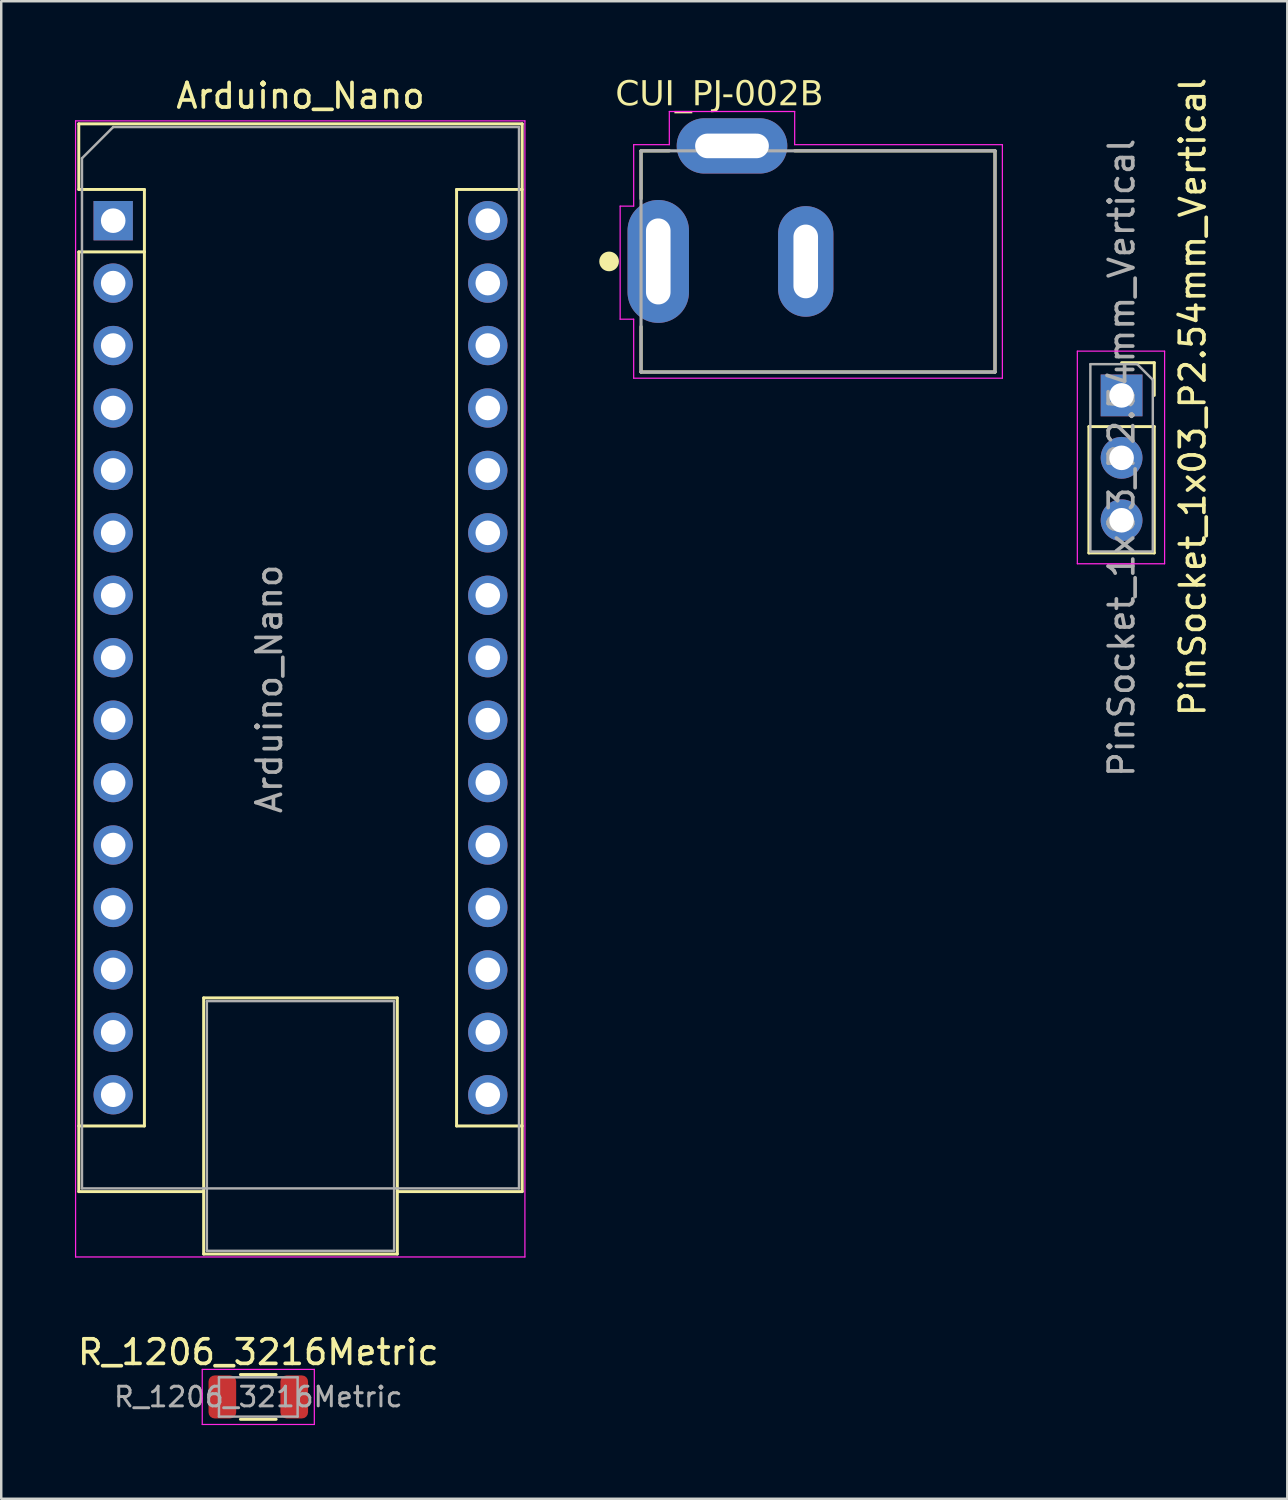
<source format=kicad_pcb>
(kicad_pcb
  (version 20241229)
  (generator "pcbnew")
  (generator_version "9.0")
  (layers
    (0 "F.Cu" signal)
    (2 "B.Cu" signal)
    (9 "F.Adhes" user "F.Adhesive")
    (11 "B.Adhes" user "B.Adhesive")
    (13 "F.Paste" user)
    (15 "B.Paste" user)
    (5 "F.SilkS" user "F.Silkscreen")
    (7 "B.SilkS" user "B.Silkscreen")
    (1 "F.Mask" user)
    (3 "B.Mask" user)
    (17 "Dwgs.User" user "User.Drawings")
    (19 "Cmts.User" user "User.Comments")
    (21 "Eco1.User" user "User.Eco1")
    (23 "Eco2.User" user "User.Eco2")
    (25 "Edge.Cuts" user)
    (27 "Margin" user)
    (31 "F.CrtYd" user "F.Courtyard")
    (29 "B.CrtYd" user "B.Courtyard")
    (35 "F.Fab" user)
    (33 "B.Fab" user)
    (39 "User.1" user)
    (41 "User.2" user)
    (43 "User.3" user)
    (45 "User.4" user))
  (footprint "PinSocket_1x03_P2.54mm_Vertical"
    (layer "F.Cu")
    (at 42.58 13.036)
    (property "Reference" "PinSocket_1x03_P2.54mm_Vertical" (at 2.893 0.065 270) (layer "F.SilkS") (effects (font (size 1 1) (thickness 0.15))))
    (attr through_hole)
    (fp_line (start -1.33 1.27) (end -1.33 6.41) (stroke (width 0.12) (type solid)) (layer "F.SilkS"))
    (fp_line (start -1.33 1.27) (end 1.33 1.27) (stroke (width 0.12) (type solid)) (layer "F.SilkS"))
    (fp_line (start -1.33 6.41) (end 1.33 6.41) (stroke (width 0.12) (type solid)) (layer "F.SilkS"))
    (fp_line (start 0 -1.33) (end 1.33 -1.33) (stroke (width 0.12) (type solid)) (layer "F.SilkS"))
    (fp_line (start 1.33 -1.33) (end 1.33 0) (stroke (width 0.12) (type solid)) (layer "F.SilkS"))
    (fp_line (start 1.33 1.27) (end 1.33 6.41) (stroke (width 0.12) (type solid)) (layer "F.SilkS"))
    (fp_line (start -1.8 -1.8) (end 1.75 -1.8) (stroke (width 0.05) (type solid)) (layer "F.CrtYd"))
    (fp_line (start -1.8 6.85) (end -1.8 -1.8) (stroke (width 0.05) (type solid)) (layer "F.CrtYd"))
    (fp_line (start 1.75 -1.8) (end 1.75 6.85) (stroke (width 0.05) (type solid)) (layer "F.CrtYd"))
    (fp_line (start 1.75 6.85) (end -1.8 6.85) (stroke (width 0.05) (type solid)) (layer "F.CrtYd"))
    (fp_line (start -1.27 -1.27) (end 0.635 -1.27) (stroke (width 0.1) (type solid)) (layer "F.Fab"))
    (fp_line (start -1.27 6.35) (end -1.27 -1.27) (stroke (width 0.1) (type solid)) (layer "F.Fab"))
    (fp_line (start 0.635 -1.27) (end 1.27 -0.635) (stroke (width 0.1) (type solid)) (layer "F.Fab"))
    (fp_line (start 1.27 -0.635) (end 1.27 6.35) (stroke (width 0.1) (type solid)) (layer "F.Fab"))
    (fp_line (start 1.27 6.35) (end -1.27 6.35) (stroke (width 0.1) (type solid)) (layer "F.Fab"))
    (fp_text user "${REFERENCE}" (at 0 2.54 270) (layer "F.Fab") (effects (font (size 1 1) (thickness 0.15))))
    (pad "1" thru_hole rect (at 0 0) (size 1.7 1.7) (drill 1) (layers "*.Cu" "*.Mask"))
    (pad "2" thru_hole oval (at 0 2.54) (size 1.7 1.7) (drill 1) (layers "*.Cu" "*.Mask"))
    (pad "3" thru_hole oval (at 0 5.08) (size 1.7 1.7) (drill 1) (layers "*.Cu" "*.Mask")))
  (footprint "R_1206_3216Metric"
    (layer "F.Cu")
    (at 7.458 53.782)
    (property "Reference" "R_1206_3216Metric" (at 0 -1.82 180) (layer "F.SilkS") (effects (font (size 1 1) (thickness 0.15))))
    (attr smd)
    (fp_line (start -0.727 -0.91) (end 0.727 -0.91) (stroke (width 0.12) (type solid)) (layer "F.SilkS"))
    (fp_line (start -0.727 0.91) (end 0.727 0.91) (stroke (width 0.12) (type solid)) (layer "F.SilkS"))
    (fp_line (start -2.28 -1.12) (end 2.28 -1.12) (stroke (width 0.05) (type solid)) (layer "F.CrtYd"))
    (fp_line (start -2.28 1.12) (end -2.28 -1.12) (stroke (width 0.05) (type solid)) (layer "F.CrtYd"))
    (fp_line (start 2.28 -1.12) (end 2.28 1.12) (stroke (width 0.05) (type solid)) (layer "F.CrtYd"))
    (fp_line (start 2.28 1.12) (end -2.28 1.12) (stroke (width 0.05) (type solid)) (layer "F.CrtYd"))
    (fp_line (start -1.6 -0.8) (end 1.6 -0.8) (stroke (width 0.1) (type solid)) (layer "F.Fab"))
    (fp_line (start -1.6 0.8) (end -1.6 -0.8) (stroke (width 0.1) (type solid)) (layer "F.Fab"))
    (fp_line (start 1.6 -0.8) (end 1.6 0.8) (stroke (width 0.1) (type solid)) (layer "F.Fab"))
    (fp_line (start 1.6 0.8) (end -1.6 0.8) (stroke (width 0.1) (type solid)) (layer "F.Fab"))
    (fp_text user "${REFERENCE}" (at 0 0 180) (layer "F.Fab") (effects (font (size 0.8 0.8) (thickness 0.12))))
    (pad "1" smd roundrect (at -1.462 0 180) (size 1.125 1.75) (layers "F.Cu" "F.Mask" "F.Paste") (roundrect_rratio 0.222))
    (pad "2" smd roundrect (at 1.462 0 180) (size 1.125 1.75) (layers "F.Cu" "F.Mask" "F.Paste") (roundrect_rratio 0.222)))
  (footprint "Arduino_Nano"
    (layer "F.Cu")
    (at 1.555 5.928)
    (property "Reference" "Arduino_Nano" (at 7.62 -5.08 180) (layer "F.SilkS") (effects (font (size 1 1) (thickness 0.15))))
    (attr through_hole)
    (fp_line (start -1.4 -3.94) (end -1.4 -1.27) (stroke (width 0.12) (type solid)) (layer "F.SilkS"))
    (fp_line (start -1.4 1.27) (end -1.4 39.5) (stroke (width 0.12) (type solid)) (layer "F.SilkS"))
    (fp_line (start -1.4 39.5) (end 3.68 39.5) (stroke (width 0.12) (type solid)) (layer "F.SilkS"))
    (fp_line (start 1.27 -1.27) (end -1.4 -1.27) (stroke (width 0.12) (type solid)) (layer "F.SilkS"))
    (fp_line (start 1.27 1.27) (end -1.4 1.27) (stroke (width 0.12) (type solid)) (layer "F.SilkS"))
    (fp_line (start 1.27 1.27) (end 1.27 -1.27) (stroke (width 0.12) (type solid)) (layer "F.SilkS"))
    (fp_line (start 1.27 1.27) (end 1.27 36.83) (stroke (width 0.12) (type solid)) (layer "F.SilkS"))
    (fp_line (start 1.27 36.83) (end -1.4 36.83) (stroke (width 0.12) (type solid)) (layer "F.SilkS"))
    (fp_line (start 3.68 31.62) (end 11.56 31.62) (stroke (width 0.12) (type solid)) (layer "F.SilkS"))
    (fp_line (start 3.68 42.04) (end 3.68 31.62) (stroke (width 0.12) (type solid)) (layer "F.SilkS"))
    (fp_line (start 11.56 31.62) (end 11.56 42.04) (stroke (width 0.12) (type solid)) (layer "F.SilkS"))
    (fp_line (start 11.56 42.04) (end 3.68 42.04) (stroke (width 0.12) (type solid)) (layer "F.SilkS"))
    (fp_line (start 13.97 -1.27) (end 13.97 36.83) (stroke (width 0.12) (type solid)) (layer "F.SilkS"))
    (fp_line (start 13.97 -1.27) (end 16.64 -1.27) (stroke (width 0.12) (type solid)) (layer "F.SilkS"))
    (fp_line (start 13.97 36.83) (end 16.64 36.83) (stroke (width 0.12) (type solid)) (layer "F.SilkS"))
    (fp_line (start 16.64 -3.94) (end -1.4 -3.94) (stroke (width 0.12) (type solid)) (layer "F.SilkS"))
    (fp_line (start 16.64 39.5) (end 11.56 39.5) (stroke (width 0.12) (type solid)) (layer "F.SilkS"))
    (fp_line (start 16.64 39.5) (end 16.64 -3.94) (stroke (width 0.12) (type solid)) (layer "F.SilkS"))
    (fp_line (start -1.53 -4.06) (end -1.53 42.16) (stroke (width 0.05) (type solid)) (layer "F.CrtYd"))
    (fp_line (start -1.53 -4.06) (end 16.75 -4.06) (stroke (width 0.05) (type solid)) (layer "F.CrtYd"))
    (fp_line (start 16.75 42.16) (end -1.53 42.16) (stroke (width 0.05) (type solid)) (layer "F.CrtYd"))
    (fp_line (start 16.75 42.16) (end 16.75 -4.06) (stroke (width 0.05) (type solid)) (layer "F.CrtYd"))
    (fp_line (start -1.27 -2.54) (end 0 -3.81) (stroke (width 0.1) (type solid)) (layer "F.Fab"))
    (fp_line (start -1.27 39.37) (end -1.27 -2.54) (stroke (width 0.1) (type solid)) (layer "F.Fab"))
    (fp_line (start 0 -3.81) (end 16.51 -3.81) (stroke (width 0.1) (type solid)) (layer "F.Fab"))
    (fp_line (start 3.81 31.75) (end 11.43 31.75) (stroke (width 0.1) (type solid)) (layer "F.Fab"))
    (fp_line (start 3.81 41.91) (end 3.81 31.75) (stroke (width 0.1) (type solid)) (layer "F.Fab"))
    (fp_line (start 11.43 31.75) (end 11.43 41.91) (stroke (width 0.1) (type solid)) (layer "F.Fab"))
    (fp_line (start 11.43 41.91) (end 3.81 41.91) (stroke (width 0.1) (type solid)) (layer "F.Fab"))
    (fp_line (start 16.51 -3.81) (end 16.51 39.37) (stroke (width 0.1) (type solid)) (layer "F.Fab"))
    (fp_line (start 16.51 39.37) (end -1.27 39.37) (stroke (width 0.1) (type solid)) (layer "F.Fab"))
    (fp_text user "${REFERENCE}" (at 6.35 19.05 270) (layer "F.Fab") (effects (font (size 1 1) (thickness 0.15))))
    (pad "1" thru_hole rect (at 0 0 180) (size 1.6 1.6) (drill 1) (layers "*.Cu" "*.Mask"))
    (pad "2" thru_hole oval (at 0 2.54 180) (size 1.6 1.6) (drill 1) (layers "*.Cu" "*.Mask"))
    (pad "3" thru_hole oval (at 0 5.08 180) (size 1.6 1.6) (drill 1) (layers "*.Cu" "*.Mask"))
    (pad "4" thru_hole oval (at 0 7.62 180) (size 1.6 1.6) (drill 1) (layers "*.Cu" "*.Mask"))
    (pad "5" thru_hole oval (at 0 10.16 180) (size 1.6 1.6) (drill 1) (layers "*.Cu" "*.Mask"))
    (pad "6" thru_hole oval (at 0 12.7 180) (size 1.6 1.6) (drill 1) (layers "*.Cu" "*.Mask"))
    (pad "7" thru_hole oval (at 0 15.24 180) (size 1.6 1.6) (drill 1) (layers "*.Cu" "*.Mask"))
    (pad "8" thru_hole oval (at 0 17.78 180) (size 1.6 1.6) (drill 1) (layers "*.Cu" "*.Mask"))
    (pad "9" thru_hole oval (at 0 20.32 180) (size 1.6 1.6) (drill 1) (layers "*.Cu" "*.Mask"))
    (pad "10" thru_hole oval (at 0 22.86 180) (size 1.6 1.6) (drill 1) (layers "*.Cu" "*.Mask"))
    (pad "11" thru_hole oval (at 0 25.4 180) (size 1.6 1.6) (drill 1) (layers "*.Cu" "*.Mask"))
    (pad "12" thru_hole oval (at 0 27.94 180) (size 1.6 1.6) (drill 1) (layers "*.Cu" "*.Mask"))
    (pad "13" thru_hole oval (at 0 30.48 180) (size 1.6 1.6) (drill 1) (layers "*.Cu" "*.Mask"))
    (pad "14" thru_hole oval (at 0 33.02 180) (size 1.6 1.6) (drill 1) (layers "*.Cu" "*.Mask"))
    (pad "15" thru_hole oval (at 0 35.56 180) (size 1.6 1.6) (drill 1) (layers "*.Cu" "*.Mask"))
    (pad "16" thru_hole oval (at 15.24 35.56 180) (size 1.6 1.6) (drill 1) (layers "*.Cu" "*.Mask"))
    (pad "17" thru_hole oval (at 15.24 33.02 180) (size 1.6 1.6) (drill 1) (layers "*.Cu" "*.Mask"))
    (pad "18" thru_hole oval (at 15.24 30.48 180) (size 1.6 1.6) (drill 1) (layers "*.Cu" "*.Mask"))
    (pad "19" thru_hole oval (at 15.24 27.94 180) (size 1.6 1.6) (drill 1) (layers "*.Cu" "*.Mask"))
    (pad "20" thru_hole oval (at 15.24 25.4 180) (size 1.6 1.6) (drill 1) (layers "*.Cu" "*.Mask"))
    (pad "21" thru_hole oval (at 15.24 22.86 180) (size 1.6 1.6) (drill 1) (layers "*.Cu" "*.Mask"))
    (pad "22" thru_hole oval (at 15.24 20.32 180) (size 1.6 1.6) (drill 1) (layers "*.Cu" "*.Mask"))
    (pad "23" thru_hole oval (at 15.24 17.78 180) (size 1.6 1.6) (drill 1) (layers "*.Cu" "*.Mask"))
    (pad "24" thru_hole oval (at 15.24 15.24 180) (size 1.6 1.6) (drill 1) (layers "*.Cu" "*.Mask"))
    (pad "25" thru_hole oval (at 15.24 12.7 180) (size 1.6 1.6) (drill 1) (layers "*.Cu" "*.Mask"))
    (pad "26" thru_hole oval (at 15.24 10.16 180) (size 1.6 1.6) (drill 1) (layers "*.Cu" "*.Mask"))
    (pad "27" thru_hole oval (at 15.24 7.62 180) (size 1.6 1.6) (drill 1) (layers "*.Cu" "*.Mask"))
    (pad "28" thru_hole oval (at 15.24 5.08 180) (size 1.6 1.6) (drill 1) (layers "*.Cu" "*.Mask"))
    (pad "29" thru_hole oval (at 15.24 2.54 180) (size 1.6 1.6) (drill 1) (layers "*.Cu" "*.Mask"))
    (pad "30" thru_hole oval (at 15.24 0 180) (size 1.6 1.6) (drill 1) (layers "*.Cu" "*.Mask")))
  (footprint "CUI_PJ-002B"
    (layer "F.Cu")
    (at 23.73 7.586)
    (property "Reference" "CUI_PJ-002B" (at 2.487 -6.769 180) (layer "F.SilkS") (effects (font (face "Simpsonfont") (size 1.001 1.001) (thickness 0.15))))
    (attr through_hole)
    (fp_line (start -0.7 -4.5) (end 0.45 -4.5) (stroke (width 0.127) (type solid)) (layer "F.SilkS"))
    (fp_line (start -0.7 -2.55) (end -0.7 -4.5) (stroke (width 0.127) (type solid)) (layer "F.SilkS"))
    (fp_line (start -0.7 4.5) (end -0.7 2.65) (stroke (width 0.127) (type solid)) (layer "F.SilkS"))
    (fp_line (start 5.55 -4.5) (end 13.7 -4.5) (stroke (width 0.127) (type solid)) (layer "F.SilkS"))
    (fp_line (start 13.7 -4.5) (end 13.7 4.5) (stroke (width 0.127) (type solid)) (layer "F.SilkS"))
    (fp_line (start 13.7 4.5) (end -0.7 4.5) (stroke (width 0.127) (type solid)) (layer "F.SilkS"))
    (fp_circle (center -2 0) (end -1.8 0) (stroke (width 0.4) (type solid)) (fill no) (layer "F.SilkS"))
    (fp_line (start -1.55 -2.25) (end -1.55 2.35) (stroke (width 0.05) (type solid)) (layer "F.CrtYd"))
    (fp_line (start -1.55 2.35) (end -1 2.35) (stroke (width 0.05) (type solid)) (layer "F.CrtYd"))
    (fp_line (start -1 -4.75) (end 0.45 -4.75) (stroke (width 0.05) (type solid)) (layer "F.CrtYd"))
    (fp_line (start -1 -2.25) (end -1.55 -2.25) (stroke (width 0.05) (type solid)) (layer "F.CrtYd"))
    (fp_line (start -1 -2.25) (end -1 -4.75) (stroke (width 0.05) (type solid)) (layer "F.CrtYd"))
    (fp_line (start -1 4.75) (end -1 2.35) (stroke (width 0.05) (type solid)) (layer "F.CrtYd"))
    (fp_line (start 0.45 -6.1) (end 5.55 -6.1) (stroke (width 0.05) (type solid)) (layer "F.CrtYd"))
    (fp_line (start 0.45 -4.75) (end 0.45 -6.1) (stroke (width 0.05) (type solid)) (layer "F.CrtYd"))
    (fp_line (start 5.55 -6.1) (end 5.55 -4.75) (stroke (width 0.05) (type solid)) (layer "F.CrtYd"))
    (fp_line (start 5.55 -4.75) (end 14 -4.75) (stroke (width 0.05) (type solid)) (layer "F.CrtYd"))
    (fp_line (start 14 -4.75) (end 14 4.75) (stroke (width 0.05) (type solid)) (layer "F.CrtYd"))
    (fp_line (start 14 4.75) (end -1 4.75) (stroke (width 0.05) (type solid)) (layer "F.CrtYd"))
    (fp_line (start -0.7 -4.5) (end 13.7 -4.5) (stroke (width 0.127) (type solid)) (layer "F.Fab"))
    (fp_line (start -0.7 4.5) (end -0.7 -4.5) (stroke (width 0.127) (type solid)) (layer "F.Fab"))
    (fp_line (start 13.7 -4.5) (end 13.7 4.5) (stroke (width 0.127) (type solid)) (layer "F.Fab"))
    (fp_line (start 13.7 4.5) (end -0.7 4.5) (stroke (width 0.127) (type solid)) (layer "F.Fab"))
    (pad "1" thru_hole oval (at 0 0 180) (size 2.5 5) (drill oval 1 3.5) (layers "*.Cu" "*.Mask"))
    (pad "2" thru_hole oval (at 6 0 180) (size 2.25 4.5) (drill oval 1 3) (layers "*.Cu" "*.Mask"))
    (pad "3" thru_hole oval (at 3 -4.7 180) (size 4.5 2.25) (drill oval 3 1) (layers "*.Cu" "*.Mask")))
  (gr_rect
    (start -3 -3)
    (end 49.321 57.926)
    (stroke (width 0.1) (type default))
    (fill no)
    (layer "Edge.Cuts")))
</source>
